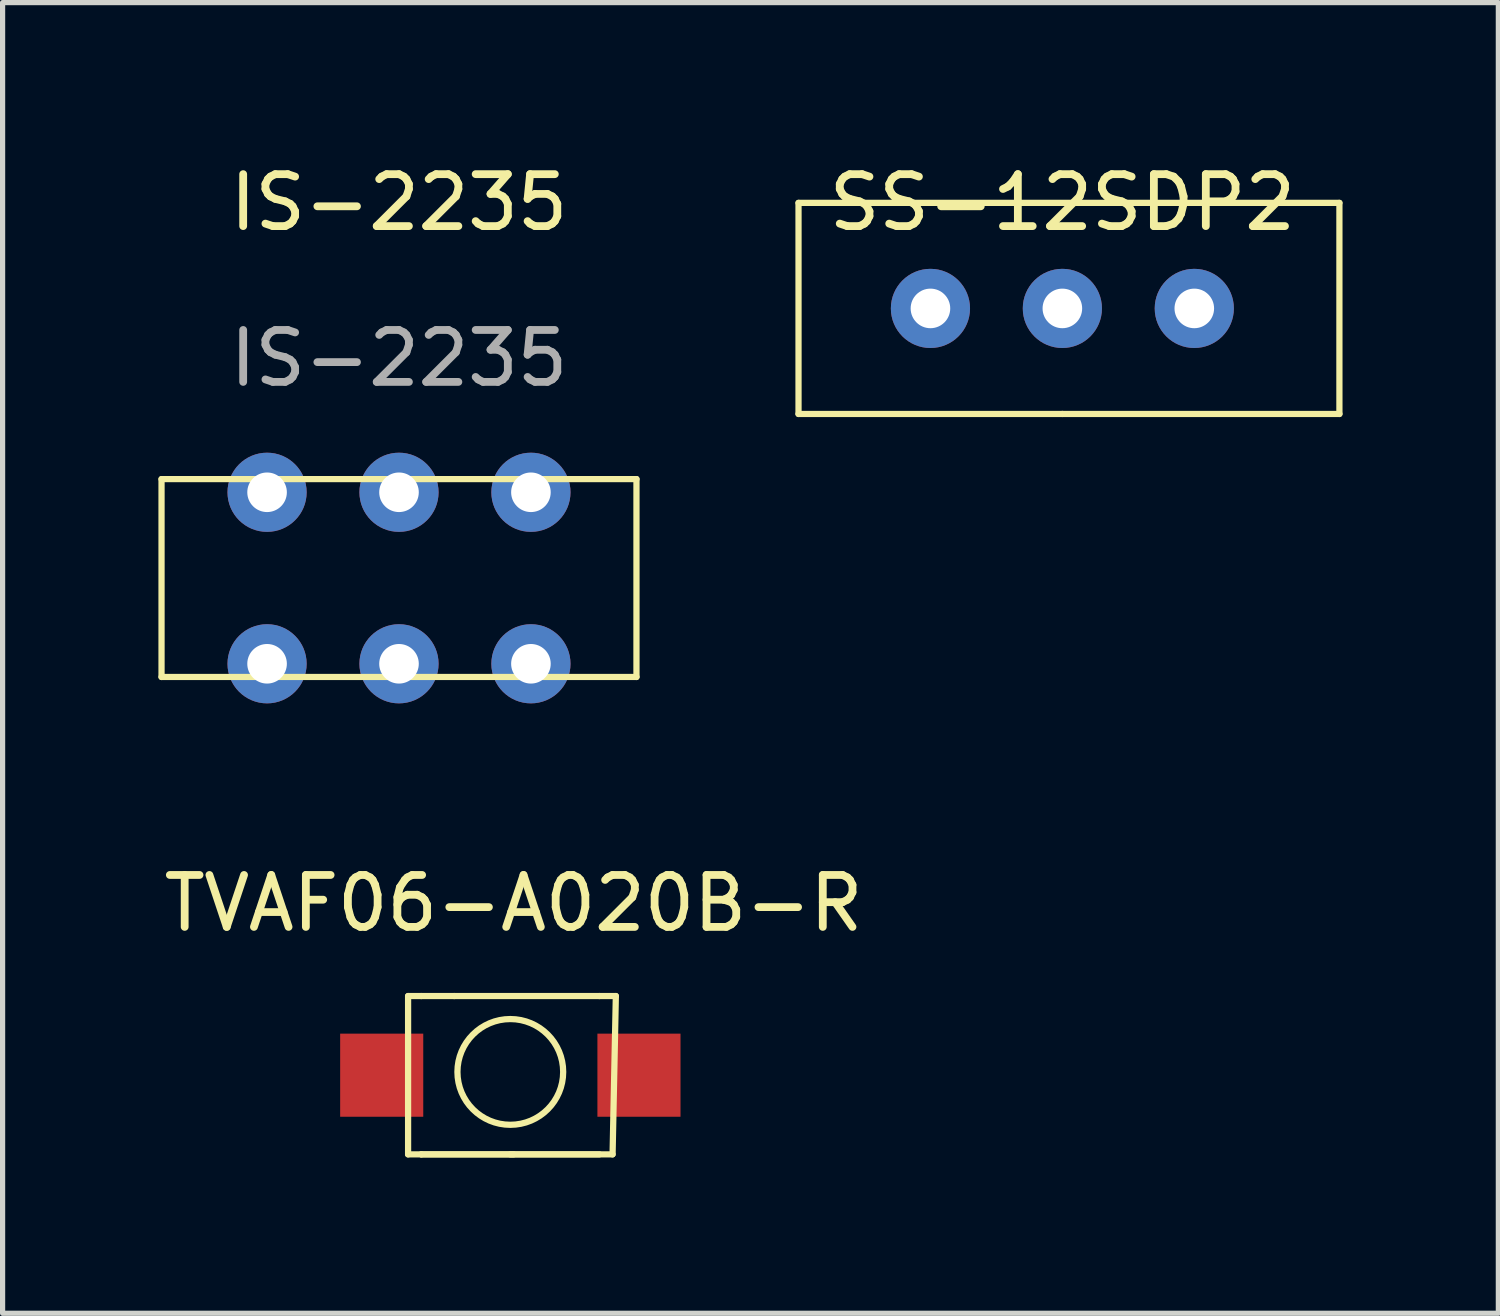
<source format=kicad_pcb>
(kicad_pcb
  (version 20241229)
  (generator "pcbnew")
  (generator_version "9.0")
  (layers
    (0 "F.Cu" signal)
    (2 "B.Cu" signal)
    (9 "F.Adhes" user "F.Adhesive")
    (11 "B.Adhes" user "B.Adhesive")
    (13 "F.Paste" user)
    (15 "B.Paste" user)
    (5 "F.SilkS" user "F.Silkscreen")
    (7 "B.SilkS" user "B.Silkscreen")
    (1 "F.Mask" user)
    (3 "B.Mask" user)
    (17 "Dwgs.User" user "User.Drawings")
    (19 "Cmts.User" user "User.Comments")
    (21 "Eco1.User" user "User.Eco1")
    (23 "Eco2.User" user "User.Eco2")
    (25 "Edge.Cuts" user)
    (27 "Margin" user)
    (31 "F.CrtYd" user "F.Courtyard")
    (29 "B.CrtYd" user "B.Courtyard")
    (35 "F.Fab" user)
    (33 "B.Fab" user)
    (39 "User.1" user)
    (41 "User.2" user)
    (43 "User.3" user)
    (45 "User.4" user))
  (footprint "TVAF06-A020B-R"
    (layer "F.Cu")
    (at 6.839 13.841)
    (property "Reference" "TVAF06-A020B-R" (at 0 0.5 0) (layer "F.SilkS") (effects (font (size 1 1) (thickness 0.15))))
    (attr through_hole)
    (fp_line (start -2.032 2.286) (end -2.032 5.334) (stroke (width 0.12) (type solid)) (layer "F.SilkS"))
    (fp_line (start -2.032 5.334) (end -1.778 5.334) (stroke (width 0.12) (type solid)) (layer "F.SilkS"))
    (fp_line (start -1.778 2.286) (end -2.032 2.286) (stroke (width 0.12) (type solid)) (layer "F.SilkS"))
    (fp_line (start -1.778 5.334) (end 1.651 5.334) (stroke (width 0.12) (type solid)) (layer "F.SilkS"))
    (fp_line (start -1.143 2.286) (end -1.778 2.286) (stroke (width 0.12) (type solid)) (layer "F.SilkS"))
    (fp_line (start -1.143 2.286) (end 1.651 2.286) (stroke (width 0.12) (type solid)) (layer "F.SilkS"))
    (fp_line (start -0.064 5.334) (end 1.905 5.334) (stroke (width 0.12) (type solid)) (layer "F.SilkS"))
    (fp_line (start 0 5.334) (end -1.778 5.334) (stroke (width 0.12) (type solid)) (layer "F.SilkS"))
    (fp_line (start 1.651 2.286) (end 1.968 2.286) (stroke (width 0.12) (type solid)) (layer "F.SilkS"))
    (fp_line (start 1.905 5.334) (end 1.968 2.286) (stroke (width 0.12) (type solid)) (layer "F.SilkS"))
    (fp_circle (center -0.064 3.747) (end 0 2.731) (stroke (width 0.12) (type solid)) (fill no) (layer "F.SilkS"))
    (pad "1" smd rect (at -2.54 3.81) (size 1.6 1.6) (layers "F.Cu" "F.Mask" "F.Paste"))
    (pad "2" smd rect (at 2.413 3.81) (size 1.6 1.6) (layers "F.Cu" "F.Mask" "F.Paste")))
  (footprint "SS-12SDP2"
    (layer "F.Cu")
    (at 17.404 0.348)
    (property "Reference" "SS-12SDP2" (at 0 0.5 0) (layer "F.SilkS") (effects (font (size 1 1) (thickness 0.15))))
    (attr through_hole)
    (fp_line (start -5.08 0.508) (end -5.08 4.572) (stroke (width 0.12) (type solid)) (layer "F.SilkS"))
    (fp_line (start -5.08 4.572) (end 0 4.572) (stroke (width 0.12) (type solid)) (layer "F.SilkS"))
    (fp_line (start 0 4.572) (end 5.334 4.572) (stroke (width 0.12) (type solid)) (layer "F.SilkS"))
    (fp_line (start 5.334 0.508) (end -5.08 0.508) (stroke (width 0.12) (type solid)) (layer "F.SilkS"))
    (fp_line (start 5.334 4.572) (end 5.334 0.508) (stroke (width 0.12) (type solid)) (layer "F.SilkS"))
    (pad "1" thru_hole circle (at -2.54 2.54) (size 1.524 1.524) (drill 0.762) (layers "*.Cu" "*.Mask"))
    (pad "2" thru_hole circle (at 0 2.54) (size 1.524 1.524) (drill 0.762) (layers "*.Cu" "*.Mask"))
    (pad "3" thru_hole circle (at 2.54 2.54) (size 1.524 1.524) (drill 0.762) (layers "*.Cu" "*.Mask")))
  (footprint "IS-2235"
    (layer "F.Cu")
    (at 4.632 1.348)
    (property "Reference" "IS-2235" (at 0 -0.5 0) (unlocked yes) (layer "F.SilkS") (effects (font (size 1 1) (thickness 0.15))))
    (attr through_hole)
    (fp_line (start -4.572 4.826) (end -4.572 8.636) (stroke (width 0.12) (type solid)) (layer "F.SilkS"))
    (fp_line (start -4.572 8.636) (end 4.572 8.636) (stroke (width 0.12) (type solid)) (layer "F.SilkS"))
    (fp_line (start 4.572 4.826) (end -4.572 4.826) (stroke (width 0.12) (type solid)) (layer "F.SilkS"))
    (fp_line (start 4.572 4.826) (end 4.572 8.636) (stroke (width 0.12) (type solid)) (layer "F.SilkS"))
    (fp_text user "${REFERENCE}" (at 0 2.5 0) (unlocked yes) (layer "F.Fab") (effects (font (size 1 1) (thickness 0.15))))
    (pad "1" thru_hole circle (at -2.54 5.08) (size 1.524 1.524) (drill 0.762) (layers "*.Cu" "*.Mask"))
    (pad "2" thru_hole circle (at 0 5.08) (size 1.524 1.524) (drill 0.762) (layers "*.Cu" "*.Mask"))
    (pad "3" thru_hole circle (at 2.54 5.08) (size 1.524 1.524) (drill 0.762) (layers "*.Cu" "*.Mask"))
    (pad "4" thru_hole circle (at -2.54 8.382) (size 1.524 1.524) (drill 0.762) (layers "*.Cu" "*.Mask"))
    (pad "5" thru_hole circle (at 0 8.382) (size 1.524 1.524) (drill 0.762) (layers "*.Cu" "*.Mask"))
    (pad "6" thru_hole circle (at 2.54 8.382) (size 1.524 1.524) (drill 0.762) (layers "*.Cu" "*.Mask")))
  (gr_rect
    (start -3 -3)
    (end 25.798 22.235)
    (stroke (width 0.1) (type default))
    (fill no)
    (layer "Edge.Cuts")))
</source>
